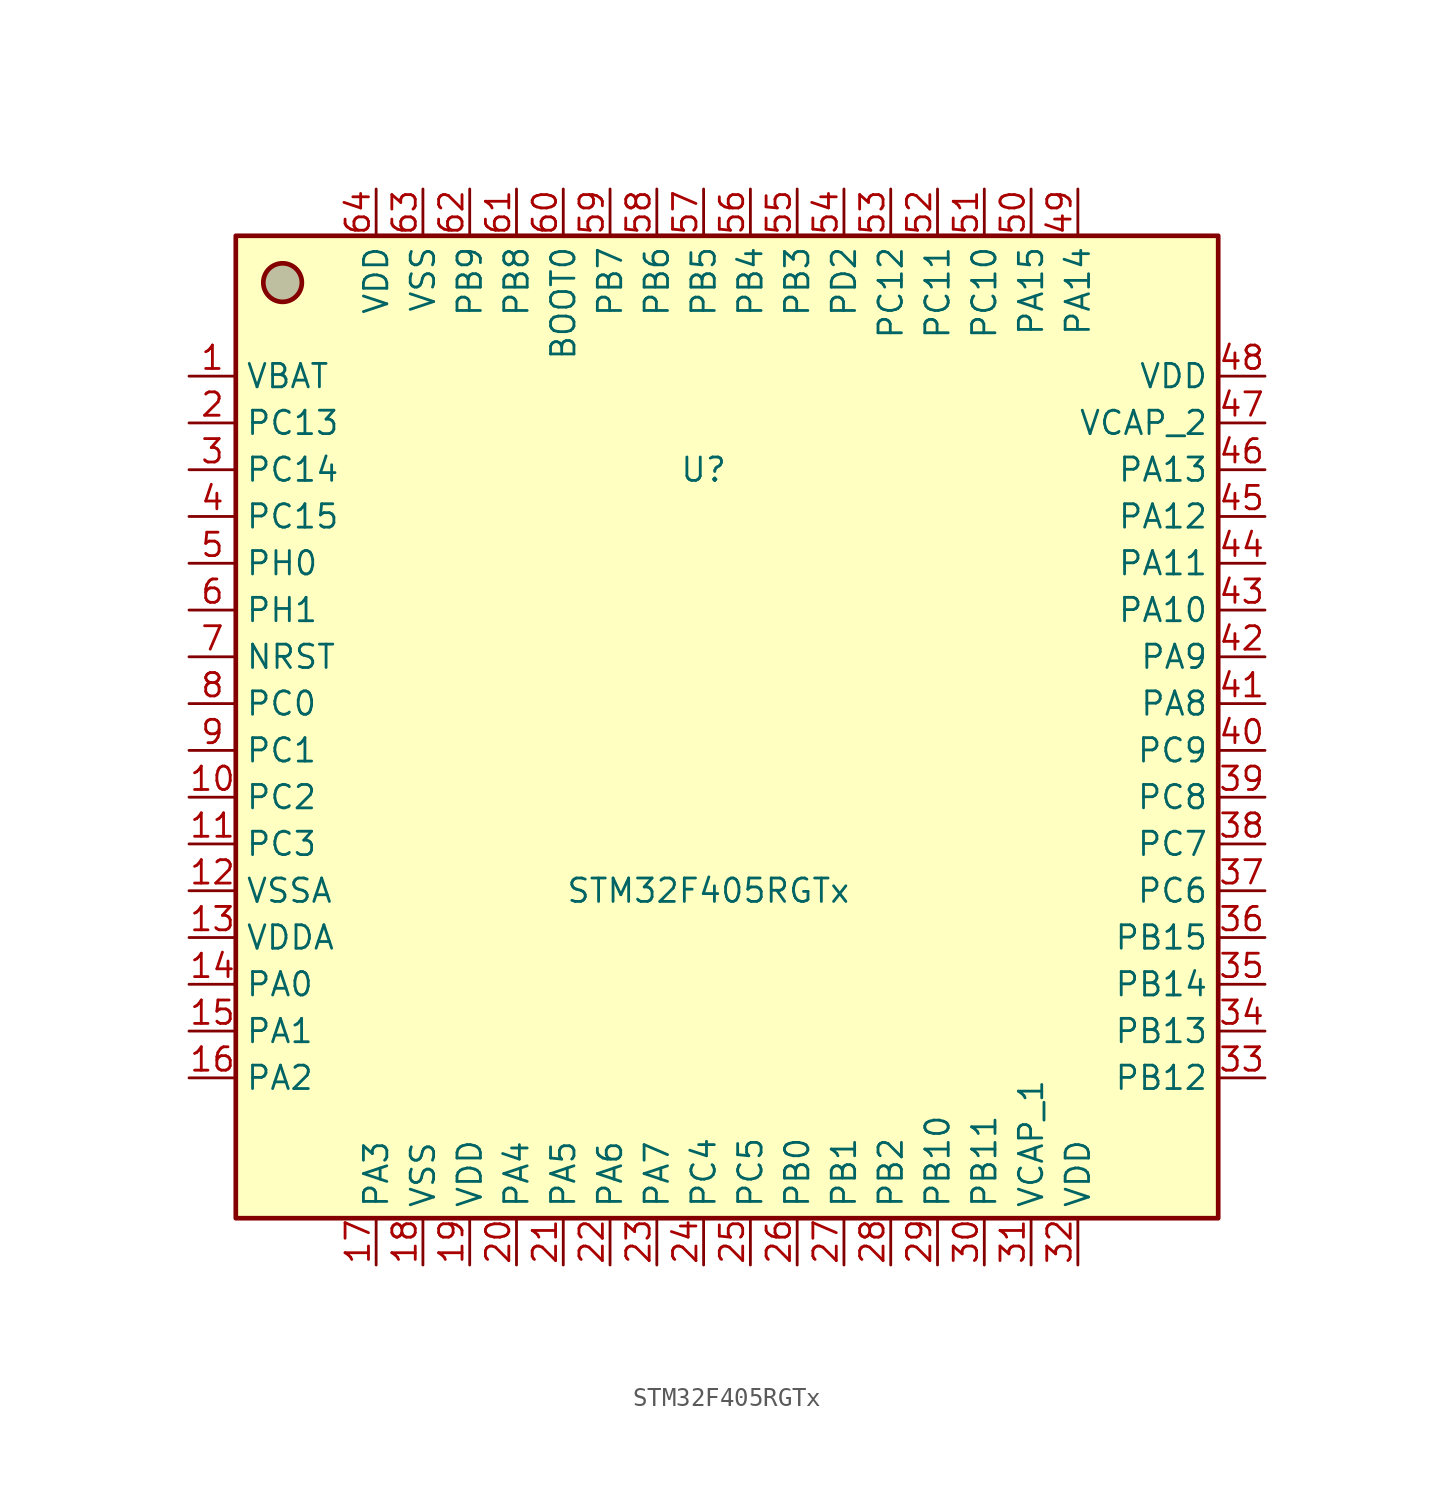
<source format=kicad_sym>
(kicad_symbol_lib
  (version 20241209)
  (generator "kicad_symbol_editor")
  (generator_version "9.0")
  (symbol "STM32F405RGTx"
    (property "Reference" "U"
      (at 2.54 15.24 0)
      (effects (font (size 1.27 1.27))))
    (property "Value" "STM32F405RGTx"
      (at 2.794 -7.62 0)
      (effects (font (size 1.27 1.27))))
    (symbol "STM32F405RGTx_0_1"
      (rectangle (start -22.86 27.94) (end 30.48 -25.4) (stroke (width 0.254) (type default)) (fill (type background))))
    (symbol "STM32F405RGTx_1_1"
      (circle (center -20.32 25.4) (radius 1.047) (stroke (width 0.254) (type solid)) (fill (type color) (color 127 127 127 0.5)))
      (pin power_in line (at -25.4 20.32 0) (length 2.54) (name "VBAT" (effects (font (size 1.27 1.27)))) (number "1" (effects (font (size 1.27 1.27)))))
      (pin bidirectional line (at -25.4 17.78 0) (length 2.54) (name "PC13" (effects (font (size 1.27 1.27)))) (number "2" (effects (font (size 1.27 1.27)))) (alternate "RTC_AF1" bidirectional line))
      (pin bidirectional line (at -25.4 15.24 0) (length 2.54) (name "PC14" (effects (font (size 1.27 1.27)))) (number "3" (effects (font (size 1.27 1.27)))) (alternate "RCC_OSC32_IN" bidirectional line))
      (pin bidirectional line (at -25.4 12.7 0) (length 2.54) (name "PC15" (effects (font (size 1.27 1.27)))) (number "4" (effects (font (size 1.27 1.27)))) (alternate "ADC1_EXTI15" bidirectional line) (alternate "ADC2_EXTI15" bidirectional line) (alternate "ADC3_EXTI15" bidirectional line) (alternate "RCC_OSC32_OUT" bidirectional line))
      (pin bidirectional line (at -25.4 10.16 0) (length 2.54) (name "PH0" (effects (font (size 1.27 1.27)))) (number "5" (effects (font (size 1.27 1.27)))) (alternate "RCC_OSC_IN" bidirectional line))
      (pin bidirectional line (at -25.4 7.62 0) (length 2.54) (name "PH1" (effects (font (size 1.27 1.27)))) (number "6" (effects (font (size 1.27 1.27)))) (alternate "RCC_OSC_OUT" bidirectional line))
      (pin input line (at -25.4 5.08 0) (length 2.54) (name "NRST" (effects (font (size 1.27 1.27)))) (number "7" (effects (font (size 1.27 1.27)))))
      (pin bidirectional line (at -25.4 2.54 0) (length 2.54) (name "PC0" (effects (font (size 1.27 1.27)))) (number "8" (effects (font (size 1.27 1.27)))) (alternate "ADC1_IN10" bidirectional line) (alternate "ADC2_IN10" bidirectional line) (alternate "ADC3_IN10" bidirectional line) (alternate "USB_OTG_HS_ULPI_STP" bidirectional line))
      (pin bidirectional line (at -25.4 0 0) (length 2.54) (name "PC1" (effects (font (size 1.27 1.27)))) (number "9" (effects (font (size 1.27 1.27)))) (alternate "ADC1_IN11" bidirectional line) (alternate "ADC2_IN11" bidirectional line) (alternate "ADC3_IN11" bidirectional line))
      (pin bidirectional line (at -25.4 -2.54 0) (length 2.54) (name "PC2" (effects (font (size 1.27 1.27)))) (number "10" (effects (font (size 1.27 1.27)))) (alternate "ADC1_IN12" bidirectional line) (alternate "ADC2_IN12" bidirectional line) (alternate "ADC3_IN12" bidirectional line) (alternate "I2S2_ext_SD" bidirectional line) (alternate "SPI2_MISO" bidirectional line) (alternate "USB_OTG_HS_ULPI_DIR" bidirectional line))
      (pin bidirectional line (at -25.4 -5.08 0) (length 2.54) (name "PC3" (effects (font (size 1.27 1.27)))) (number "11" (effects (font (size 1.27 1.27)))) (alternate "ADC1_IN13" bidirectional line) (alternate "ADC2_IN13" bidirectional line) (alternate "ADC3_IN13" bidirectional line) (alternate "I2S2_SD" bidirectional line) (alternate "SPI2_MOSI" bidirectional line) (alternate "USB_OTG_HS_ULPI_NXT" bidirectional line))
      (pin power_in line (at -25.4 -7.62 0) (length 2.54) (name "VSSA" (effects (font (size 1.27 1.27)))) (number "12" (effects (font (size 1.27 1.27)))))
      (pin power_in line (at -25.4 -10.16 0) (length 2.54) (name "VDDA" (effects (font (size 1.27 1.27)))) (number "13" (effects (font (size 1.27 1.27)))))
      (pin bidirectional line (at -25.4 -12.7 0) (length 2.54) (name "PA0" (effects (font (size 1.27 1.27)))) (number "14" (effects (font (size 1.27 1.27)))) (alternate "ADC1_IN0" bidirectional line) (alternate "ADC2_IN0" bidirectional line) (alternate "ADC3_IN0" bidirectional line) (alternate "SYS_WKUP" bidirectional line) (alternate "TIM2_CH1" bidirectional line) (alternate "TIM2_ETR" bidirectional line) (alternate "TIM5_CH1" bidirectional line) (alternate "TIM8_ETR" bidirectional line) (alternate "UART4_TX" bidirectional line) (alternate "USART2_CTS" bidirectional line))
      (pin bidirectional line (at -25.4 -15.24 0) (length 2.54) (name "PA1" (effects (font (size 1.27 1.27)))) (number "15" (effects (font (size 1.27 1.27)))) (alternate "ADC1_IN1" bidirectional line) (alternate "ADC2_IN1" bidirectional line) (alternate "ADC3_IN1" bidirectional line) (alternate "TIM2_CH2" bidirectional line) (alternate "TIM5_CH2" bidirectional line) (alternate "UART4_RX" bidirectional line) (alternate "USART2_RTS" bidirectional line))
      (pin bidirectional line (at -25.4 -17.78 0) (length 2.54) (name "PA2" (effects (font (size 1.27 1.27)))) (number "16" (effects (font (size 1.27 1.27)))) (alternate "ADC1_IN2" bidirectional line) (alternate "ADC2_IN2" bidirectional line) (alternate "ADC3_IN2" bidirectional line) (alternate "TIM2_CH3" bidirectional line) (alternate "TIM5_CH3" bidirectional line) (alternate "TIM9_CH1" bidirectional line) (alternate "USART2_TX" bidirectional line))
      (pin power_in line (at -15.24 30.48 270) (length 2.54) (name "VDD" (effects (font (size 1.27 1.27)))) (number "64" (effects (font (size 1.27 1.27)))))
      (pin bidirectional line (at -15.24 -27.94 90) (length 2.54) (name "PA3" (effects (font (size 1.27 1.27)))) (number "17" (effects (font (size 1.27 1.27)))) (alternate "ADC1_IN3" bidirectional line) (alternate "ADC2_IN3" bidirectional line) (alternate "ADC3_IN3" bidirectional line) (alternate "TIM2_CH4" bidirectional line) (alternate "TIM5_CH4" bidirectional line) (alternate "TIM9_CH2" bidirectional line) (alternate "USART2_RX" bidirectional line) (alternate "USB_OTG_HS_ULPI_D0" bidirectional line))
      (pin passive line (at -12.7 30.48 270) (length 2.54) (name "VSS" (effects (font (size 1.27 1.27)))) (number "63" (effects (font (size 1.27 1.27)))))
      (pin power_in line (at -12.7 -27.94 90) (length 2.54) (name "VSS" (effects (font (size 1.27 1.27)))) (number "18" (effects (font (size 1.27 1.27)))))
      (pin bidirectional line (at -10.16 30.48 270) (length 2.54) (name "PB9" (effects (font (size 1.27 1.27)))) (number "62" (effects (font (size 1.27 1.27)))) (alternate "CAN1_TX" bidirectional line) (alternate "DAC_EXTI9" bidirectional line) (alternate "I2C1_SDA" bidirectional line) (alternate "I2S2_WS" bidirectional line) (alternate "SDIO_D5" bidirectional line) (alternate "SPI2_NSS" bidirectional line) (alternate "TIM11_CH1" bidirectional line) (alternate "TIM4_CH4" bidirectional line))
      (pin power_in line (at -10.16 -27.94 90) (length 2.54) (name "VDD" (effects (font (size 1.27 1.27)))) (number "19" (effects (font (size 1.27 1.27)))))
      (pin bidirectional line (at -7.62 30.48 270) (length 2.54) (name "PB8" (effects (font (size 1.27 1.27)))) (number "61" (effects (font (size 1.27 1.27)))) (alternate "CAN1_RX" bidirectional line) (alternate "I2C1_SCL" bidirectional line) (alternate "SDIO_D4" bidirectional line) (alternate "TIM10_CH1" bidirectional line) (alternate "TIM4_CH3" bidirectional line))
      (pin bidirectional line (at -7.62 -27.94 90) (length 2.54) (name "PA4" (effects (font (size 1.27 1.27)))) (number "20" (effects (font (size 1.27 1.27)))) (alternate "ADC1_IN4" bidirectional line) (alternate "ADC2_IN4" bidirectional line) (alternate "DAC_OUT1" bidirectional line) (alternate "I2S3_WS" bidirectional line) (alternate "SPI1_NSS" bidirectional line) (alternate "SPI3_NSS" bidirectional line) (alternate "USART2_CK" bidirectional line) (alternate "USB_OTG_HS_SOF" bidirectional line))
      (pin input line (at -5.08 30.48 270) (length 2.54) (name "BOOT0" (effects (font (size 1.27 1.27)))) (number "60" (effects (font (size 1.27 1.27)))))
      (pin bidirectional line (at -5.08 -27.94 90) (length 2.54) (name "PA5" (effects (font (size 1.27 1.27)))) (number "21" (effects (font (size 1.27 1.27)))) (alternate "ADC1_IN5" bidirectional line) (alternate "ADC2_IN5" bidirectional line) (alternate "DAC_OUT2" bidirectional line) (alternate "SPI1_SCK" bidirectional line) (alternate "TIM2_CH1" bidirectional line) (alternate "TIM2_ETR" bidirectional line) (alternate "TIM8_CH1N" bidirectional line) (alternate "USB_OTG_HS_ULPI_CK" bidirectional line))
      (pin bidirectional line (at -2.54 30.48 270) (length 2.54) (name "PB7" (effects (font (size 1.27 1.27)))) (number "59" (effects (font (size 1.27 1.27)))) (alternate "I2C1_SDA" bidirectional line) (alternate "TIM4_CH2" bidirectional line) (alternate "USART1_RX" bidirectional line))
      (pin bidirectional line (at -2.54 -27.94 90) (length 2.54) (name "PA6" (effects (font (size 1.27 1.27)))) (number "22" (effects (font (size 1.27 1.27)))) (alternate "ADC1_IN6" bidirectional line) (alternate "ADC2_IN6" bidirectional line) (alternate "SPI1_MISO" bidirectional line) (alternate "TIM13_CH1" bidirectional line) (alternate "TIM1_BKIN" bidirectional line) (alternate "TIM3_CH1" bidirectional line) (alternate "TIM8_BKIN" bidirectional line))
      (pin bidirectional line (at 0 30.48 270) (length 2.54) (name "PB6" (effects (font (size 1.27 1.27)))) (number "58" (effects (font (size 1.27 1.27)))) (alternate "CAN2_TX" bidirectional line) (alternate "I2C1_SCL" bidirectional line) (alternate "TIM4_CH1" bidirectional line) (alternate "USART1_TX" bidirectional line))
      (pin bidirectional line (at 0 -27.94 90) (length 2.54) (name "PA7" (effects (font (size 1.27 1.27)))) (number "23" (effects (font (size 1.27 1.27)))) (alternate "ADC1_IN7" bidirectional line) (alternate "ADC2_IN7" bidirectional line) (alternate "SPI1_MOSI" bidirectional line) (alternate "TIM14_CH1" bidirectional line) (alternate "TIM1_CH1N" bidirectional line) (alternate "TIM3_CH2" bidirectional line) (alternate "TIM8_CH1N" bidirectional line))
      (pin bidirectional line (at 2.54 30.48 270) (length 2.54) (name "PB5" (effects (font (size 1.27 1.27)))) (number "57" (effects (font (size 1.27 1.27)))) (alternate "CAN2_RX" bidirectional line) (alternate "I2C1_SMBA" bidirectional line) (alternate "I2S3_SD" bidirectional line) (alternate "SPI1_MOSI" bidirectional line) (alternate "SPI3_MOSI" bidirectional line) (alternate "TIM3_CH2" bidirectional line) (alternate "USB_OTG_HS_ULPI_D7" bidirectional line))
      (pin bidirectional line (at 2.54 -27.94 90) (length 2.54) (name "PC4" (effects (font (size 1.27 1.27)))) (number "24" (effects (font (size 1.27 1.27)))) (alternate "ADC1_IN14" bidirectional line) (alternate "ADC2_IN14" bidirectional line))
      (pin bidirectional line (at 5.08 30.48 270) (length 2.54) (name "PB4" (effects (font (size 1.27 1.27)))) (number "56" (effects (font (size 1.27 1.27)))) (alternate "I2S3_ext_SD" bidirectional line) (alternate "SPI1_MISO" bidirectional line) (alternate "SPI3_MISO" bidirectional line) (alternate "SYS_JTRST" bidirectional line) (alternate "TIM3_CH1" bidirectional line))
      (pin bidirectional line (at 5.08 -27.94 90) (length 2.54) (name "PC5" (effects (font (size 1.27 1.27)))) (number "25" (effects (font (size 1.27 1.27)))) (alternate "ADC1_IN15" bidirectional line) (alternate "ADC2_IN15" bidirectional line))
      (pin bidirectional line (at 7.62 30.48 270) (length 2.54) (name "PB3" (effects (font (size 1.27 1.27)))) (number "55" (effects (font (size 1.27 1.27)))) (alternate "I2S3_CK" bidirectional line) (alternate "SPI1_SCK" bidirectional line) (alternate "SPI3_SCK" bidirectional line) (alternate "SYS_JTDO-SWO" bidirectional line) (alternate "TIM2_CH2" bidirectional line))
      (pin bidirectional line (at 7.62 -27.94 90) (length 2.54) (name "PB0" (effects (font (size 1.27 1.27)))) (number "26" (effects (font (size 1.27 1.27)))) (alternate "ADC1_IN8" bidirectional line) (alternate "ADC2_IN8" bidirectional line) (alternate "TIM1_CH2N" bidirectional line) (alternate "TIM3_CH3" bidirectional line) (alternate "TIM8_CH2N" bidirectional line) (alternate "USB_OTG_HS_ULPI_D1" bidirectional line))
      (pin bidirectional line (at 10.16 30.48 270) (length 2.54) (name "PD2" (effects (font (size 1.27 1.27)))) (number "54" (effects (font (size 1.27 1.27)))) (alternate "SDIO_CMD" bidirectional line) (alternate "TIM3_ETR" bidirectional line) (alternate "UART5_RX" bidirectional line))
      (pin bidirectional line (at 10.16 -27.94 90) (length 2.54) (name "PB1" (effects (font (size 1.27 1.27)))) (number "27" (effects (font (size 1.27 1.27)))) (alternate "ADC1_IN9" bidirectional line) (alternate "ADC2_IN9" bidirectional line) (alternate "TIM1_CH3N" bidirectional line) (alternate "TIM3_CH4" bidirectional line) (alternate "TIM8_CH3N" bidirectional line) (alternate "USB_OTG_HS_ULPI_D2" bidirectional line))
      (pin bidirectional line (at 12.7 30.48 270) (length 2.54) (name "PC12" (effects (font (size 1.27 1.27)))) (number "53" (effects (font (size 1.27 1.27)))) (alternate "I2S3_SD" bidirectional line) (alternate "SDIO_CK" bidirectional line) (alternate "SPI3_MOSI" bidirectional line) (alternate "UART5_TX" bidirectional line) (alternate "USART3_CK" bidirectional line))
      (pin bidirectional line (at 12.7 -27.94 90) (length 2.54) (name "PB2" (effects (font (size 1.27 1.27)))) (number "28" (effects (font (size 1.27 1.27)))))
      (pin bidirectional line (at 15.24 30.48 270) (length 2.54) (name "PC11" (effects (font (size 1.27 1.27)))) (number "52" (effects (font (size 1.27 1.27)))) (alternate "ADC1_EXTI11" bidirectional line) (alternate "ADC2_EXTI11" bidirectional line) (alternate "ADC3_EXTI11" bidirectional line) (alternate "I2S3_ext_SD" bidirectional line) (alternate "SDIO_D3" bidirectional line) (alternate "SPI3_MISO" bidirectional line) (alternate "UART4_RX" bidirectional line) (alternate "USART3_RX" bidirectional line))
      (pin bidirectional line (at 15.24 -27.94 90) (length 2.54) (name "PB10" (effects (font (size 1.27 1.27)))) (number "29" (effects (font (size 1.27 1.27)))) (alternate "I2C2_SCL" bidirectional line) (alternate "I2S2_CK" bidirectional line) (alternate "SPI2_SCK" bidirectional line) (alternate "TIM2_CH3" bidirectional line) (alternate "USART3_TX" bidirectional line) (alternate "USB_OTG_HS_ULPI_D3" bidirectional line))
      (pin bidirectional line (at 17.78 30.48 270) (length 2.54) (name "PC10" (effects (font (size 1.27 1.27)))) (number "51" (effects (font (size 1.27 1.27)))) (alternate "I2S3_CK" bidirectional line) (alternate "SDIO_D2" bidirectional line) (alternate "SPI3_SCK" bidirectional line) (alternate "UART4_TX" bidirectional line) (alternate "USART3_TX" bidirectional line))
      (pin bidirectional line (at 17.78 -27.94 90) (length 2.54) (name "PB11" (effects (font (size 1.27 1.27)))) (number "30" (effects (font (size 1.27 1.27)))) (alternate "ADC1_EXTI11" bidirectional line) (alternate "ADC2_EXTI11" bidirectional line) (alternate "ADC3_EXTI11" bidirectional line) (alternate "I2C2_SDA" bidirectional line) (alternate "TIM2_CH4" bidirectional line) (alternate "USART3_RX" bidirectional line) (alternate "USB_OTG_HS_ULPI_D4" bidirectional line))
      (pin bidirectional line (at 20.32 30.48 270) (length 2.54) (name "PA15" (effects (font (size 1.27 1.27)))) (number "50" (effects (font (size 1.27 1.27)))) (alternate "ADC1_EXTI15" bidirectional line) (alternate "ADC2_EXTI15" bidirectional line) (alternate "ADC3_EXTI15" bidirectional line) (alternate "I2S3_WS" bidirectional line) (alternate "SPI1_NSS" bidirectional line) (alternate "SPI3_NSS" bidirectional line) (alternate "SYS_JTDI" bidirectional line) (alternate "TIM2_CH1" bidirectional line) (alternate "TIM2_ETR" bidirectional line))
      (pin power_out line (at 20.32 -27.94 90) (length 2.54) (name "VCAP_1" (effects (font (size 1.27 1.27)))) (number "31" (effects (font (size 1.27 1.27)))))
      (pin bidirectional line (at 22.86 30.48 270) (length 2.54) (name "PA14" (effects (font (size 1.27 1.27)))) (number "49" (effects (font (size 1.27 1.27)))) (alternate "SYS_JTCK-SWCLK" bidirectional line))
      (pin power_in line (at 22.86 -27.94 90) (length 2.54) (name "VDD" (effects (font (size 1.27 1.27)))) (number "32" (effects (font (size 1.27 1.27)))))
      (pin power_in line (at 33.02 20.32 180) (length 2.54) (name "VDD" (effects (font (size 1.27 1.27)))) (number "48" (effects (font (size 1.27 1.27)))))
      (pin power_out line (at 33.02 17.78 180) (length 2.54) (name "VCAP_2" (effects (font (size 1.27 1.27)))) (number "47" (effects (font (size 1.27 1.27)))))
      (pin bidirectional line (at 33.02 15.24 180) (length 2.54) (name "PA13" (effects (font (size 1.27 1.27)))) (number "46" (effects (font (size 1.27 1.27)))) (alternate "SYS_JTMS-SWDIO" bidirectional line))
      (pin bidirectional line (at 33.02 12.7 180) (length 2.54) (name "PA12" (effects (font (size 1.27 1.27)))) (number "45" (effects (font (size 1.27 1.27)))) (alternate "CAN1_TX" bidirectional line) (alternate "TIM1_ETR" bidirectional line) (alternate "USART1_RTS" bidirectional line) (alternate "USB_OTG_FS_DP" bidirectional line))
      (pin bidirectional line (at 33.02 10.16 180) (length 2.54) (name "PA11" (effects (font (size 1.27 1.27)))) (number "44" (effects (font (size 1.27 1.27)))) (alternate "ADC1_EXTI11" bidirectional line) (alternate "ADC2_EXTI11" bidirectional line) (alternate "ADC3_EXTI11" bidirectional line) (alternate "CAN1_RX" bidirectional line) (alternate "TIM1_CH4" bidirectional line) (alternate "USART1_CTS" bidirectional line) (alternate "USB_OTG_FS_DM" bidirectional line))
      (pin bidirectional line (at 33.02 7.62 180) (length 2.54) (name "PA10" (effects (font (size 1.27 1.27)))) (number "43" (effects (font (size 1.27 1.27)))) (alternate "TIM1_CH3" bidirectional line) (alternate "USART1_RX" bidirectional line) (alternate "USB_OTG_FS_ID" bidirectional line))
      (pin bidirectional line (at 33.02 5.08 180) (length 2.54) (name "PA9" (effects (font (size 1.27 1.27)))) (number "42" (effects (font (size 1.27 1.27)))) (alternate "DAC_EXTI9" bidirectional line) (alternate "I2C3_SMBA" bidirectional line) (alternate "TIM1_CH2" bidirectional line) (alternate "USART1_TX" bidirectional line) (alternate "USB_OTG_FS_VBUS" bidirectional line))
      (pin bidirectional line (at 33.02 2.54 180) (length 2.54) (name "PA8" (effects (font (size 1.27 1.27)))) (number "41" (effects (font (size 1.27 1.27)))) (alternate "I2C3_SCL" bidirectional line) (alternate "RCC_MCO_1" bidirectional line) (alternate "TIM1_CH1" bidirectional line) (alternate "USART1_CK" bidirectional line) (alternate "USB_OTG_FS_SOF" bidirectional line))
      (pin bidirectional line (at 33.02 0 180) (length 2.54) (name "PC9" (effects (font (size 1.27 1.27)))) (number "40" (effects (font (size 1.27 1.27)))) (alternate "DAC_EXTI9" bidirectional line) (alternate "I2C3_SDA" bidirectional line) (alternate "I2S_CKIN" bidirectional line) (alternate "RCC_MCO_2" bidirectional line) (alternate "SDIO_D1" bidirectional line) (alternate "TIM3_CH4" bidirectional line) (alternate "TIM8_CH4" bidirectional line))
      (pin bidirectional line (at 33.02 -2.54 180) (length 2.54) (name "PC8" (effects (font (size 1.27 1.27)))) (number "39" (effects (font (size 1.27 1.27)))) (alternate "SDIO_D0" bidirectional line) (alternate "TIM3_CH3" bidirectional line) (alternate "TIM8_CH3" bidirectional line) (alternate "USART6_CK" bidirectional line))
      (pin bidirectional line (at 33.02 -5.08 180) (length 2.54) (name "PC7" (effects (font (size 1.27 1.27)))) (number "38" (effects (font (size 1.27 1.27)))) (alternate "I2S3_MCK" bidirectional line) (alternate "SDIO_D7" bidirectional line) (alternate "TIM3_CH2" bidirectional line) (alternate "TIM8_CH2" bidirectional line) (alternate "USART6_RX" bidirectional line))
      (pin bidirectional line (at 33.02 -7.62 180) (length 2.54) (name "PC6" (effects (font (size 1.27 1.27)))) (number "37" (effects (font (size 1.27 1.27)))) (alternate "I2S2_MCK" bidirectional line) (alternate "SDIO_D6" bidirectional line) (alternate "TIM3_CH1" bidirectional line) (alternate "TIM8_CH1" bidirectional line) (alternate "USART6_TX" bidirectional line))
      (pin bidirectional line (at 33.02 -10.16 180) (length 2.54) (name "PB15" (effects (font (size 1.27 1.27)))) (number "36" (effects (font (size 1.27 1.27)))) (alternate "ADC1_EXTI15" bidirectional line) (alternate "ADC2_EXTI15" bidirectional line) (alternate "ADC3_EXTI15" bidirectional line) (alternate "I2S2_SD" bidirectional line) (alternate "RTC_REFIN" bidirectional line) (alternate "SPI2_MOSI" bidirectional line) (alternate "TIM12_CH2" bidirectional line) (alternate "TIM1_CH3N" bidirectional line) (alternate "TIM8_CH3N" bidirectional line) (alternate "USB_OTG_HS_DP" bidirectional line))
      (pin bidirectional line (at 33.02 -12.7 180) (length 2.54) (name "PB14" (effects (font (size 1.27 1.27)))) (number "35" (effects (font (size 1.27 1.27)))) (alternate "I2S2_ext_SD" bidirectional line) (alternate "SPI2_MISO" bidirectional line) (alternate "TIM12_CH1" bidirectional line) (alternate "TIM1_CH2N" bidirectional line) (alternate "TIM8_CH2N" bidirectional line) (alternate "USART3_RTS" bidirectional line) (alternate "USB_OTG_HS_DM" bidirectional line))
      (pin bidirectional line (at 33.02 -15.24 180) (length 2.54) (name "PB13" (effects (font (size 1.27 1.27)))) (number "34" (effects (font (size 1.27 1.27)))) (alternate "CAN2_TX" bidirectional line) (alternate "I2S2_CK" bidirectional line) (alternate "SPI2_SCK" bidirectional line) (alternate "TIM1_CH1N" bidirectional line) (alternate "USART3_CTS" bidirectional line) (alternate "USB_OTG_HS_ULPI_D6" bidirectional line) (alternate "USB_OTG_HS_VBUS" bidirectional line))
      (pin bidirectional line (at 33.02 -17.78 180) (length 2.54) (name "PB12" (effects (font (size 1.27 1.27)))) (number "33" (effects (font (size 1.27 1.27)))) (alternate "CAN2_RX" bidirectional line) (alternate "I2C2_SMBA" bidirectional line) (alternate "I2S2_WS" bidirectional line) (alternate "SPI2_NSS" bidirectional line) (alternate "TIM1_BKIN" bidirectional line) (alternate "USART3_CK" bidirectional line) (alternate "USB_OTG_HS_ID" bidirectional line) (alternate "USB_OTG_HS_ULPI_D5" bidirectional line)))))
</source>
